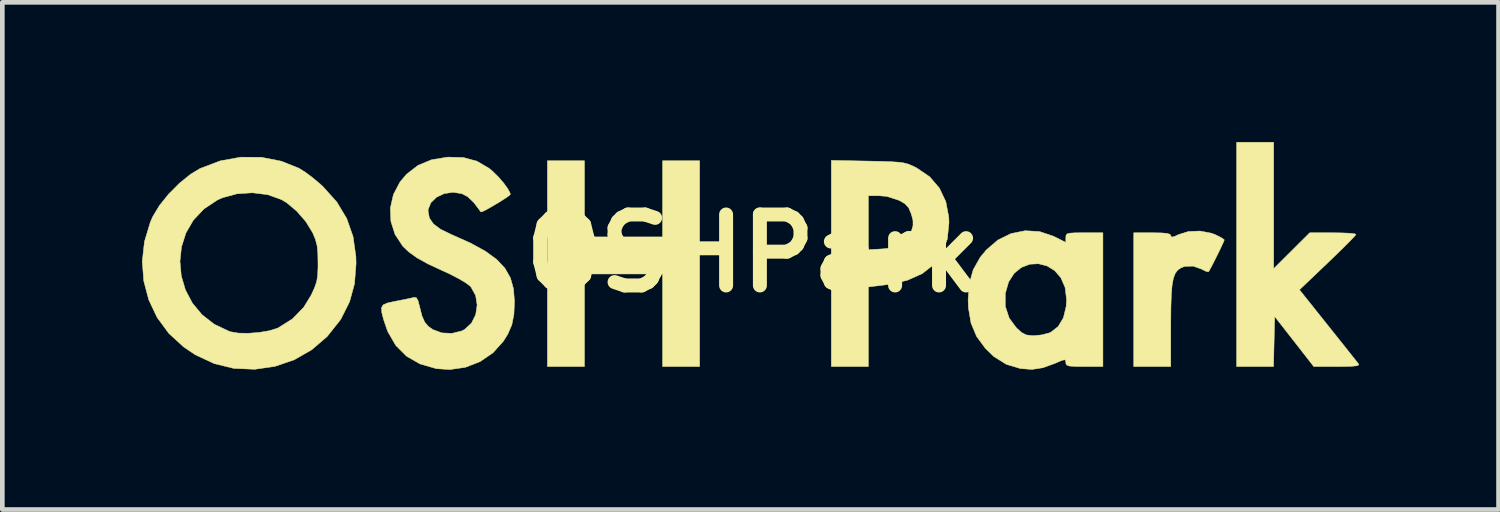
<source format=kicad_pcb>
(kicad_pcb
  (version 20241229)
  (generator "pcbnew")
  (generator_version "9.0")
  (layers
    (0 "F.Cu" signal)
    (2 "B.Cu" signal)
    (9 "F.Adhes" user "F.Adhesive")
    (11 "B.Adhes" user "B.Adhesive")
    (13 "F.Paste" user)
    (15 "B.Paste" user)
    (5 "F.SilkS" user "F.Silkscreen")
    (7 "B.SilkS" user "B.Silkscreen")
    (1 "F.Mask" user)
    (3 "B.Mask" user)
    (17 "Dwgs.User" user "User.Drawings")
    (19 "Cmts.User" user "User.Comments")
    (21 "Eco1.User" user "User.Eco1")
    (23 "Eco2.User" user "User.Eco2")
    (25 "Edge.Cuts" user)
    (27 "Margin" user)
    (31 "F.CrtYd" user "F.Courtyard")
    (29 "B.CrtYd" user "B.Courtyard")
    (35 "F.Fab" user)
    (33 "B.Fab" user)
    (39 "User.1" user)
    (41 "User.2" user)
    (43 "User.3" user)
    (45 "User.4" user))
  (footprint "OSHPark"
    (layer "F.Cu")
    (at 13.121 2.39)
    (property "Reference" "OSHPark" (at 0 0 0) (layer "F.SilkS") (effects (font (size 1.524 1.524) (thickness 0.3))))
    (attr through_hole)
    (fp_poly (pts (xy -3.622 -0.353) (xy -1.944 -0.353) (xy -1.944 -1.988) (xy -1.149 -1.988) (xy -1.149 2.43) (xy -1.944 2.43) (xy -1.944 0.442) (xy -3.622 0.442) (xy -3.622 2.43) (xy -4.417 2.43) (xy -4.417 -1.988) (xy -3.622 -1.988) (xy -3.622 -0.353)) (stroke (width 0.01) (type solid)) (fill yes) (layer "F.SilkS"))
    (fp_poly (pts (xy 11.176 0.329) (xy 11.951 -0.442) (xy 12.447 -0.442) (xy 12.644 -0.439) (xy 12.805 -0.432) (xy 12.91 -0.42) (xy 12.944 -0.409) (xy 12.914 -0.369) (xy 12.829 -0.279) (xy 12.7 -0.149) (xy 12.536 0.012) (xy 12.347 0.194) (xy 12.338 0.203) (xy 11.73 0.782) (xy 12.343 1.55) (xy 12.524 1.777) (xy 12.687 1.981) (xy 12.824 2.154) (xy 12.928 2.284) (xy 12.988 2.361) (xy 12.999 2.374) (xy 13 2.399) (xy 12.952 2.415) (xy 12.842 2.425) (xy 12.66 2.429) (xy 12.54 2.43) (xy 12.037 2.43) (xy 11.618 1.892) (xy 11.198 1.355) (xy 11.173 2.43) (xy 10.381 2.43) (xy 10.381 -2.385) (xy 11.176 -2.385) (xy 11.176 0.329)) (stroke (width 0.01) (type solid)) (fill yes) (layer "F.SilkS"))
    (fp_poly (pts (xy 9.839 -0.433) (xy 9.928 -0.399) (xy 10.039 -0.344) (xy 10.106 -0.3) (xy 10.116 -0.288) (xy 10.097 -0.24) (xy 10.05 -0.137) (xy 9.985 -0.002) (xy 9.913 0.142) (xy 9.847 0.272) (xy 9.797 0.364) (xy 9.778 0.395) (xy 9.732 0.389) (xy 9.644 0.347) (xy 9.633 0.34) (xy 9.449 0.274) (xy 9.266 0.28) (xy 9.182 0.313) (xy 9.114 0.361) (xy 9.062 0.432) (xy 9.023 0.535) (xy 8.996 0.683) (xy 8.979 0.885) (xy 8.97 1.153) (xy 8.967 1.497) (xy 8.967 1.545) (xy 8.967 2.43) (xy 8.172 2.43) (xy 8.172 -0.442) (xy 8.57 -0.442) (xy 8.767 -0.439) (xy 8.89 -0.428) (xy 8.952 -0.408) (xy 8.967 -0.38) (xy 8.984 -0.349) (xy 9.044 -0.361) (xy 9.131 -0.402) (xy 9.346 -0.469) (xy 9.594 -0.479) (xy 9.839 -0.433)) (stroke (width 0.01) (type solid)) (fill yes) (layer "F.SilkS"))
    (fp_poly (pts (xy 2.466 -1.981) (xy 2.748 -1.975) (xy 2.959 -1.968) (xy 3.113 -1.958) (xy 3.228 -1.943) (xy 3.319 -1.92) (xy 3.403 -1.887) (xy 3.495 -1.842) (xy 3.514 -1.832) (xy 3.79 -1.645) (xy 3.999 -1.402) (xy 4.137 -1.11) (xy 4.201 -0.775) (xy 4.205 -0.656) (xy 4.169 -0.307) (xy 4.06 -0.008) (xy 3.88 0.24) (xy 3.629 0.436) (xy 3.31 0.578) (xy 2.922 0.665) (xy 2.868 0.672) (xy 2.474 0.721) (xy 2.474 2.43) (xy 1.679 2.43) (xy 1.679 -1.237) (xy 2.474 -1.237) (xy 2.474 -0.078) (xy 2.782 -0.096) (xy 2.994 -0.119) (xy 3.142 -0.163) (xy 3.212 -0.204) (xy 3.308 -0.307) (xy 3.386 -0.443) (xy 3.397 -0.471) (xy 3.433 -0.598) (xy 3.432 -0.709) (xy 3.397 -0.842) (xy 3.341 -0.976) (xy 3.26 -1.065) (xy 3.138 -1.137) (xy 2.869 -1.224) (xy 2.707 -1.237) (xy 2.474 -1.237) (xy 1.679 -1.237) (xy 1.679 -1.996) (xy 2.466 -1.981)) (stroke (width 0.01) (type solid)) (fill yes) (layer "F.SilkS"))
    (fp_poly (pts (xy 6.15 -0.468) (xy 6.451 -0.367) (xy 6.465 -0.36) (xy 6.714 -0.235) (xy 6.714 -0.338) (xy 6.718 -0.387) (xy 6.742 -0.418) (xy 6.801 -0.434) (xy 6.914 -0.441) (xy 7.097 -0.442) (xy 7.112 -0.442) (xy 7.51 -0.442) (xy 7.51 2.43) (xy 7.112 2.43) (xy 6.923 2.428) (xy 6.805 2.421) (xy 6.743 2.405) (xy 6.718 2.376) (xy 6.714 2.344) (xy 6.71 2.298) (xy 6.683 2.284) (xy 6.614 2.304) (xy 6.485 2.36) (xy 6.483 2.361) (xy 6.222 2.456) (xy 5.986 2.492) (xy 5.74 2.473) (xy 5.739 2.473) (xy 5.437 2.383) (xy 5.169 2.216) (xy 4.987 2.041) (xy 4.797 1.782) (xy 4.678 1.496) (xy 4.622 1.166) (xy 4.616 0.994) (xy 4.626 0.864) (xy 5.413 0.864) (xy 5.414 1.138) (xy 5.498 1.39) (xy 5.653 1.6) (xy 5.766 1.701) (xy 5.863 1.751) (xy 5.983 1.766) (xy 6.029 1.767) (xy 6.194 1.751) (xy 6.352 1.71) (xy 6.39 1.695) (xy 6.55 1.571) (xy 6.663 1.381) (xy 6.722 1.134) (xy 6.73 0.99) (xy 6.698 0.732) (xy 6.608 0.525) (xy 6.474 0.37) (xy 6.309 0.269) (xy 6.126 0.223) (xy 5.939 0.233) (xy 5.761 0.301) (xy 5.605 0.427) (xy 5.485 0.614) (xy 5.414 0.862) (xy 5.413 0.864) (xy 4.626 0.864) (xy 4.642 0.647) (xy 4.725 0.353) (xy 4.873 0.089) (xy 5.005 -0.072) (xy 5.254 -0.286) (xy 5.538 -0.425) (xy 5.841 -0.486) (xy 6.15 -0.468)) (stroke (width 0.01) (type solid)) (fill yes) (layer "F.SilkS"))
    (fp_poly (pts (xy -10.562 -2.063) (xy -10.131 -1.979) (xy -9.755 -1.829) (xy -9.624 -1.748) (xy -9.46 -1.626) (xy -9.292 -1.485) (xy -9.239 -1.436) (xy -8.941 -1.105) (xy -8.726 -0.748) (xy -8.59 -0.358) (xy -8.529 0.073) (xy -8.526 0.224) (xy -8.559 0.651) (xy -8.664 1.037) (xy -8.845 1.398) (xy -8.871 1.439) (xy -9.147 1.786) (xy -9.478 2.07) (xy -9.854 2.285) (xy -10.265 2.426) (xy -10.7 2.489) (xy -11.148 2.47) (xy -11.154 2.469) (xy -11.575 2.366) (xy -11.977 2.178) (xy -12.227 2.01) (xy -12.546 1.718) (xy -12.797 1.377) (xy -12.977 0.998) (xy -13.084 0.593) (xy -13.116 0.172) (xy -13.116 0.171) (xy -12.307 0.171) (xy -12.279 0.483) (xy -12.19 0.785) (xy -12.041 1.067) (xy -11.835 1.316) (xy -11.571 1.522) (xy -11.252 1.673) (xy -11.22 1.684) (xy -11.056 1.712) (xy -10.84 1.716) (xy -10.606 1.698) (xy -10.387 1.661) (xy -10.216 1.608) (xy -10.201 1.601) (xy -9.892 1.407) (xy -9.649 1.157) (xy -9.488 0.894) (xy -9.417 0.739) (xy -9.373 0.612) (xy -9.351 0.48) (xy -9.343 0.308) (xy -9.343 0.2) (xy -9.347 -0.013) (xy -9.363 -0.168) (xy -9.398 -0.3) (xy -9.455 -0.438) (xy -9.457 -0.442) (xy -9.603 -0.681) (xy -9.798 -0.905) (xy -10.015 -1.087) (xy -10.129 -1.155) (xy -10.422 -1.26) (xy -10.75 -1.301) (xy -11.083 -1.279) (xy -11.397 -1.194) (xy -11.505 -1.145) (xy -11.795 -0.952) (xy -12.02 -0.712) (xy -12.179 -0.438) (xy -12.274 -0.14) (xy -12.307 0.171) (xy -13.116 0.171) (xy -13.069 -0.253) (xy -12.942 -0.673) (xy -12.889 -0.792) (xy -12.747 -1.028) (xy -12.55 -1.273) (xy -12.32 -1.504) (xy -12.079 -1.699) (xy -11.875 -1.822) (xy -11.445 -1.985) (xy -11.003 -2.065) (xy -10.562 -2.063)) (stroke (width 0.01) (type solid)) (fill yes) (layer "F.SilkS"))
    (fp_poly (pts (xy -6.219 -2.057) (xy -5.929 -1.978) (xy -5.67 -1.826) (xy -5.594 -1.763) (xy -5.472 -1.643) (xy -5.357 -1.51) (xy -5.267 -1.385) (xy -5.217 -1.291) (xy -5.213 -1.267) (xy -5.247 -1.234) (xy -5.336 -1.173) (xy -5.458 -1.096) (xy -5.591 -1.017) (xy -5.714 -0.947) (xy -5.806 -0.9) (xy -5.845 -0.889) (xy -5.996 -1.09) (xy -6.131 -1.218) (xy -6.253 -1.282) (xy -6.446 -1.312) (xy -6.635 -1.283) (xy -6.799 -1.205) (xy -6.919 -1.089) (xy -6.977 -0.945) (xy -6.979 -0.908) (xy -6.953 -0.76) (xy -6.866 -0.633) (xy -6.711 -0.517) (xy -6.477 -0.403) (xy -6.46 -0.396) (xy -6.064 -0.219) (xy -5.749 -0.046) (xy -5.506 0.131) (xy -5.33 0.319) (xy -5.212 0.526) (xy -5.146 0.76) (xy -5.125 1.028) (xy -5.125 1.038) (xy -5.137 1.313) (xy -5.181 1.533) (xy -5.266 1.731) (xy -5.36 1.883) (xy -5.585 2.134) (xy -5.863 2.324) (xy -6.179 2.447) (xy -6.517 2.495) (xy -6.803 2.475) (xy -7.151 2.375) (xy -7.441 2.209) (xy -7.673 1.977) (xy -7.846 1.678) (xy -7.932 1.43) (xy -7.973 1.272) (xy -7.981 1.17) (xy -7.944 1.106) (xy -7.85 1.065) (xy -7.685 1.029) (xy -7.625 1.018) (xy -7.469 0.987) (xy -7.342 0.96) (xy -7.282 0.946) (xy -7.233 0.951) (xy -7.196 1.013) (xy -7.161 1.146) (xy -7.16 1.15) (xy -7.11 1.345) (xy -7.051 1.478) (xy -6.969 1.572) (xy -6.877 1.637) (xy -6.685 1.708) (xy -6.467 1.718) (xy -6.259 1.667) (xy -6.193 1.633) (xy -6.046 1.496) (xy -5.956 1.313) (xy -5.926 1.108) (xy -5.958 0.905) (xy -6.055 0.728) (xy -6.075 0.705) (xy -6.165 0.636) (xy -6.315 0.546) (xy -6.502 0.449) (xy -6.666 0.373) (xy -6.977 0.229) (xy -7.217 0.096) (xy -7.397 -0.033) (xy -7.522 -0.153) (xy -7.689 -0.407) (xy -7.778 -0.686) (xy -7.789 -0.976) (xy -7.724 -1.262) (xy -7.583 -1.532) (xy -7.442 -1.699) (xy -7.198 -1.888) (xy -6.908 -2.009) (xy -6.563 -2.066) (xy -6.554 -2.067) (xy -6.219 -2.057)) (stroke (width 0.01) (type solid)) (fill yes) (layer "F.SilkS")))
  (gr_rect
    (start -3 -3)
    (end 29.126 7.891)
    (stroke (width 0.1) (type default))
    (fill no)
    (layer "Edge.Cuts")))
</source>
